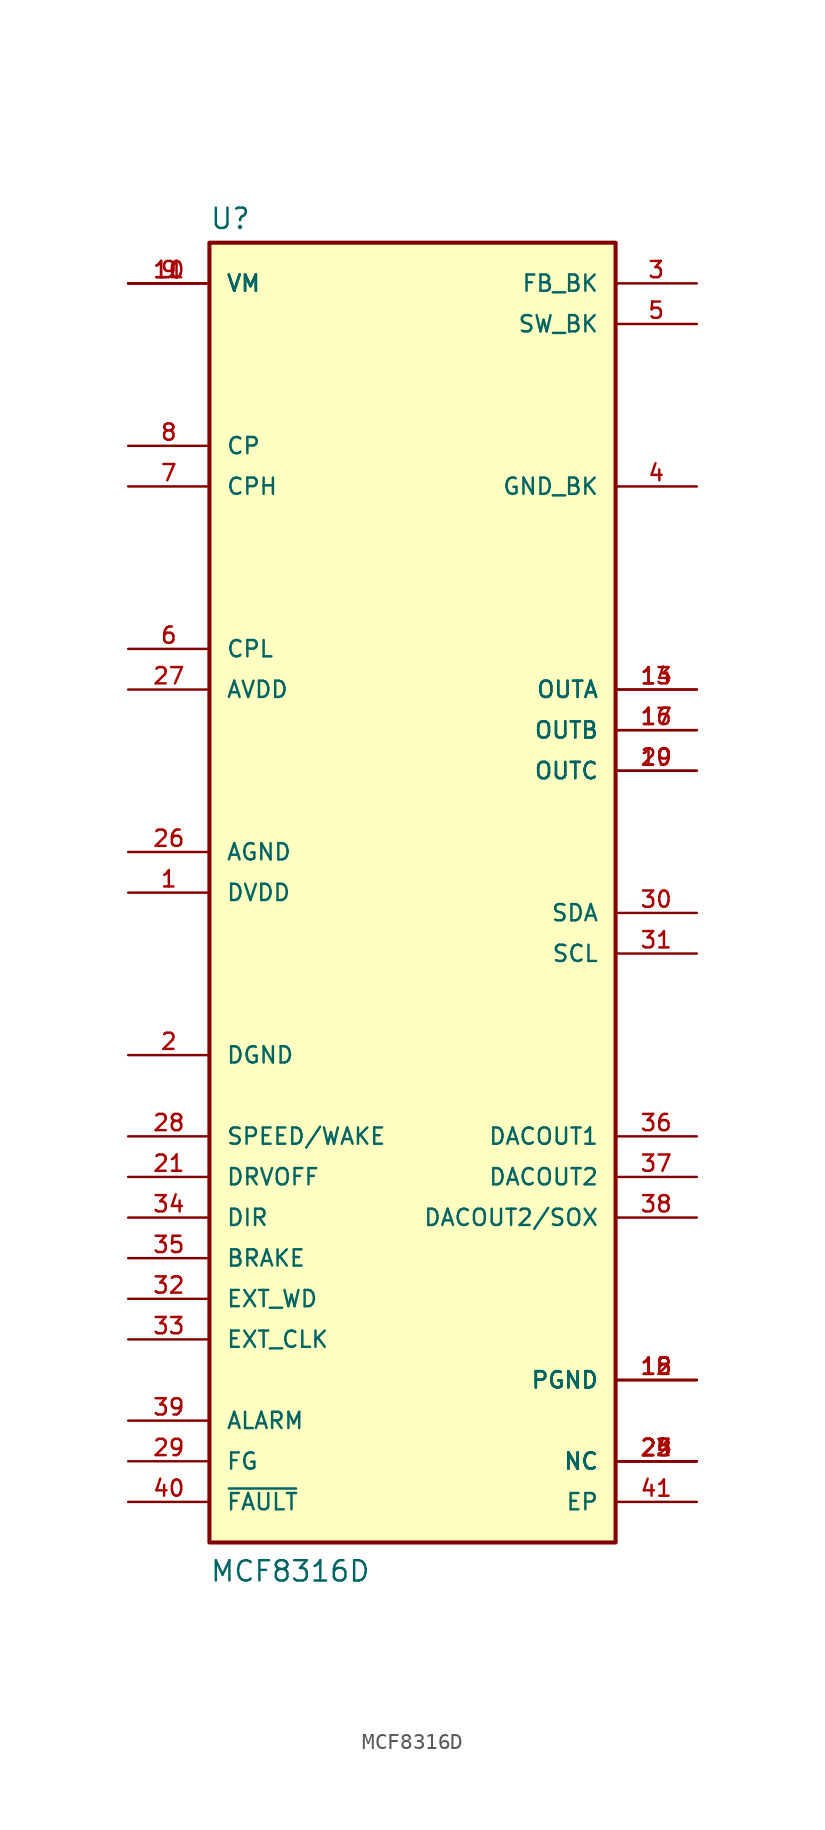
<source format=kicad_sym>
(kicad_symbol_lib
  (version 20231120)
  (generator "kicad_symbol_editor")
  (generator_version "8.0")
  (symbol "MCF8316D"
    (pin_names
      (offset 1.016))
    (property "Reference" "U"
      (at -12.7 41.402 0)
      (effects (font (size 1.27 1.27)) (justify left bottom)))
    (property "Value" "MCF8316D"
      (at -12.7 -43.18 0)
      (effects (font (size 1.27 1.27)) (justify left bottom)))
    (symbol "MCF8316D_0_0"
      (rectangle (start -12.7 40.64) (end 12.7 -40.64) (stroke (width 0.254) (type default)) (fill (type background)))
      (pin power_in line (at -17.78 38.1 0) (length 5.08) (name "VM" (effects (font (size 1.016 1.016)))) (number "10" (effects (font (size 1.016 1.016)))))
      (pin power_in line (at 17.78 -30.48 180) (length 5.08) (name "PGND" (effects (font (size 1.016 1.016)))) (number "12" (effects (font (size 1.016 1.016)))))
      (pin power_in line (at 17.78 -30.48 180) (length 5.08) (name "PGND" (effects (font (size 1.016 1.016)))) (number "18" (effects (font (size 1.016 1.016)))))
      (pin power_in line (at -17.78 -10.16 0) (length 5.08) (name "DGND" (effects (font (size 1.016 1.016)))) (number "2" (effects (font (size 1.016 1.016)))))
      (pin input line (at -17.78 -17.78 0) (length 5.08) (name "DRVOFF" (effects (font (size 1.016 1.016)))) (number "21" (effects (font (size 1.016 1.016)))))
      (pin input line (at -17.78 -15.24 0) (length 5.08) (name "SPEED/WAKE" (effects (font (size 1.016 1.016)))) (number "28" (effects (font (size 1.016 1.016)))))
      (pin output line (at -17.78 -35.56 0) (length 5.08) (name "FG" (effects (font (size 1.016 1.016)))) (number "29" (effects (font (size 1.016 1.016)))))
      (pin power_in line (at 17.78 38.1 180) (length 5.08) (name "FB_BK" (effects (font (size 1.016 1.016)))) (number "3" (effects (font (size 1.016 1.016)))))
      (pin input line (at -17.78 -20.32 0) (length 5.08) (name "DIR" (effects (font (size 1.016 1.016)))) (number "34" (effects (font (size 1.016 1.016)))))
      (pin input line (at -17.78 -22.86 0) (length 5.08) (name "BRAKE" (effects (font (size 1.016 1.016)))) (number "35" (effects (font (size 1.016 1.016)))))
      (pin output line (at -17.78 -33.02 0) (length 5.08) (name "ALARM" (effects (font (size 1.016 1.016)))) (number "39" (effects (font (size 1.016 1.016)))))
      (pin power_in line (at 17.78 25.4 180) (length 5.08) (name "GND_BK" (effects (font (size 1.016 1.016)))) (number "4" (effects (font (size 1.016 1.016)))))
      (pin output line (at -17.78 -38.1 0) (length 5.08) (name "~{FAULT}" (effects (font (size 1.016 1.016)))) (number "40" (effects (font (size 1.016 1.016)))))
      (pin power_in line (at 17.78 -38.1 180) (length 5.08) (name "EP" (effects (font (size 1.016 1.016)))) (number "41" (effects (font (size 1.016 1.016)))))
      (pin power_in line (at -17.78 38.1 0) (length 5.08) (name "VM" (effects (font (size 1.016 1.016)))) (number "9" (effects (font (size 1.016 1.016))))))
    (symbol "MCF8316D_1_0"
      (pin power_out line (at -17.78 0 0) (length 5.08) (name "DVDD" (effects (font (size 1.016 1.016)))) (number "1" (effects (font (size 1.016 1.016)))))
      (pin power_in line (at -17.78 38.1 0) (length 5.08) (name "VM" (effects (font (size 1.016 1.016)))) (number "11" (effects (font (size 1.016 1.016)))))
      (pin power_out line (at 17.78 12.7 180) (length 5.08) (name "OUTA" (effects (font (size 1.016 1.016)))) (number "13" (effects (font (size 1.016 1.016)))))
      (pin power_out line (at 17.78 12.7 180) (length 5.08) (name "OUTA" (effects (font (size 1.016 1.016)))) (number "14" (effects (font (size 1.016 1.016)))))
      (pin power_in line (at 17.78 -30.48 180) (length 5.08) (name "PGND" (effects (font (size 1.016 1.016)))) (number "15" (effects (font (size 1.016 1.016)))))
      (pin power_out line (at 17.78 10.16 180) (length 5.08) (name "OUTB" (effects (font (size 1.016 1.016)))) (number "16" (effects (font (size 1.016 1.016)))))
      (pin power_out line (at 17.78 10.16 180) (length 5.08) (name "OUTB" (effects (font (size 1.016 1.016)))) (number "17" (effects (font (size 1.016 1.016)))))
      (pin power_out line (at 17.78 7.62 180) (length 5.08) (name "OUTC" (effects (font (size 1.016 1.016)))) (number "19" (effects (font (size 1.016 1.016)))))
      (pin power_out line (at 17.78 7.62 180) (length 5.08) (name "OUTC" (effects (font (size 1.016 1.016)))) (number "20" (effects (font (size 1.016 1.016)))))
      (pin passive line (at 17.78 -35.56 180) (length 5.08) (name "NC" (effects (font (size 1.016 1.016)))) (number "22" (effects (font (size 1.016 1.016)))))
      (pin passive line (at 17.78 -35.56 180) (length 5.08) (name "NC" (effects (font (size 1.016 1.016)))) (number "23" (effects (font (size 1.016 1.016)))))
      (pin passive line (at 17.78 -35.56 180) (length 5.08) (name "NC" (effects (font (size 1.016 1.016)))) (number "24" (effects (font (size 1.016 1.016)))))
      (pin passive line (at 17.78 -35.56 180) (length 5.08) (name "NC" (effects (font (size 1.016 1.016)))) (number "25" (effects (font (size 1.016 1.016)))))
      (pin power_in line (at -17.78 2.54 0) (length 5.08) (name "AGND" (effects (font (size 1.016 1.016)))) (number "26" (effects (font (size 1.016 1.016)))))
      (pin power_out line (at -17.78 12.7 0) (length 5.08) (name "AVDD" (effects (font (size 1.016 1.016)))) (number "27" (effects (font (size 1.016 1.016)))))
      (pin bidirectional line (at 17.78 -1.27 180) (length 5.08) (name "SDA" (effects (font (size 1.016 1.016)))) (number "30" (effects (font (size 1.016 1.016)))))
      (pin input line (at 17.78 -3.81 180) (length 5.08) (name "SCL" (effects (font (size 1.016 1.016)))) (number "31" (effects (font (size 1.016 1.016)))))
      (pin input line (at -17.78 -25.4 0) (length 5.08) (name "EXT_WD" (effects (font (size 1.016 1.016)))) (number "32" (effects (font (size 1.016 1.016)))))
      (pin input line (at -17.78 -27.94 0) (length 5.08) (name "EXT_CLK" (effects (font (size 1.016 1.016)))) (number "33" (effects (font (size 1.016 1.016)))))
      (pin output line (at 17.78 -15.24 180) (length 5.08) (name "DACOUT1" (effects (font (size 1.016 1.016)))) (number "36" (effects (font (size 1.016 1.016)))))
      (pin output line (at 17.78 -17.78 180) (length 5.08) (name "DACOUT2" (effects (font (size 1.016 1.016)))) (number "37" (effects (font (size 1.016 1.016)))))
      (pin output line (at 17.78 -20.32 180) (length 5.08) (name "DACOUT2/SOX" (effects (font (size 1.016 1.016)))) (number "38" (effects (font (size 1.016 1.016)))))
      (pin power_out line (at 17.78 35.56 180) (length 5.08) (name "SW_BK" (effects (font (size 1.016 1.016)))) (number "5" (effects (font (size 1.016 1.016)))))
      (pin power_out line (at -17.78 15.24 0) (length 5.08) (name "CPL" (effects (font (size 1.016 1.016)))) (number "6" (effects (font (size 1.016 1.016)))))
      (pin power_out line (at -17.78 25.4 0) (length 5.08) (name "CPH" (effects (font (size 1.016 1.016)))) (number "7" (effects (font (size 1.016 1.016)))))
      (pin power_out line (at -17.78 27.94 0) (length 5.08) (name "CP" (effects (font (size 1.016 1.016)))) (number "8" (effects (font (size 1.016 1.016))))))))
</source>
